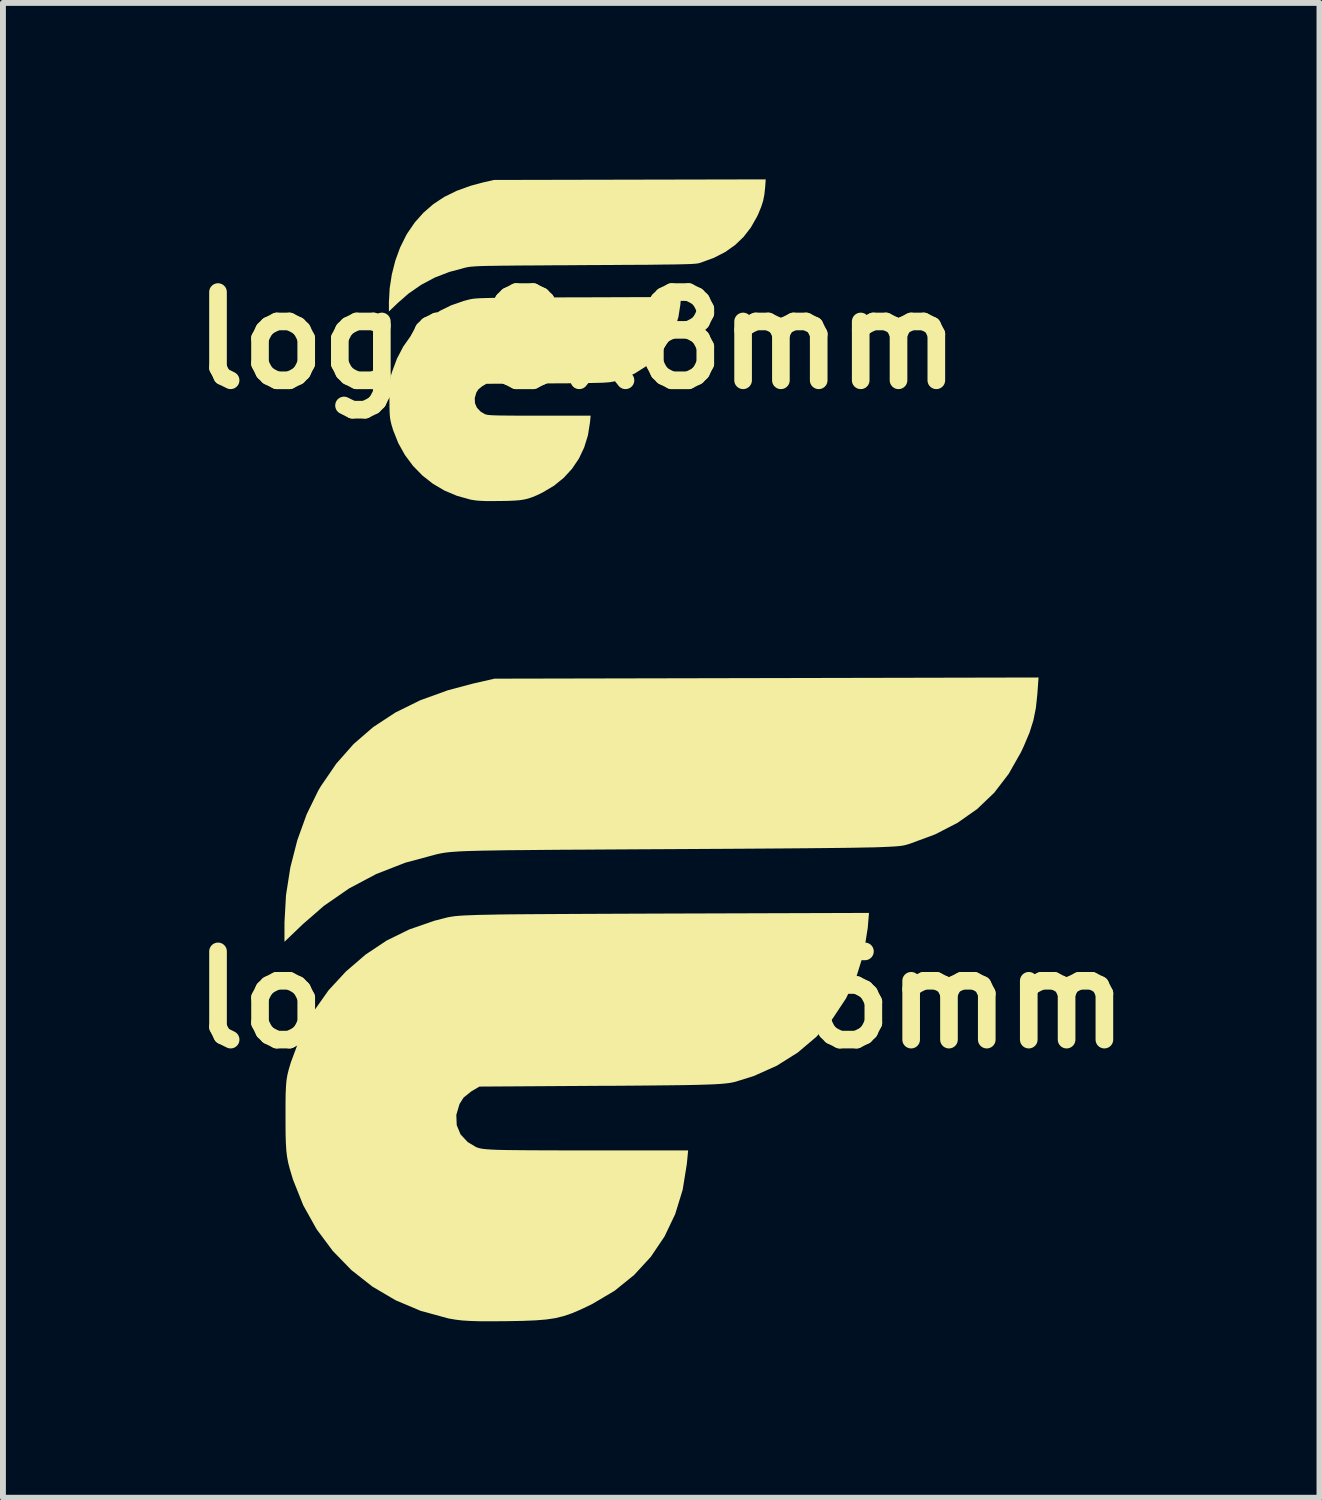
<source format=kicad_pcb>
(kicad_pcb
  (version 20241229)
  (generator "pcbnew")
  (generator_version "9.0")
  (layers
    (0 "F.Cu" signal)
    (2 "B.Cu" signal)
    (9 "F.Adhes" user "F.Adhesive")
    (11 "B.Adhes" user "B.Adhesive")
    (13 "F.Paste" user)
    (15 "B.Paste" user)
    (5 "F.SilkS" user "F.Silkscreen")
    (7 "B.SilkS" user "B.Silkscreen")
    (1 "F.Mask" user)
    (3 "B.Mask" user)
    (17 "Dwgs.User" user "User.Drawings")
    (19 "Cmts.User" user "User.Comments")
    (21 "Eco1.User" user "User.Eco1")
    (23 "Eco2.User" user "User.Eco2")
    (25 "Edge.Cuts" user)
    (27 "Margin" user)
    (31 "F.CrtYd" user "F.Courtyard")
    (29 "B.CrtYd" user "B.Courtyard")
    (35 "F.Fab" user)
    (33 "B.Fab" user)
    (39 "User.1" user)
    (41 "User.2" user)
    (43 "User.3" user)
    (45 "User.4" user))
  (footprint "logo8x8mm"
    (layer "F.Cu")
    (at 6.764 2.738)
    (property "Reference" "logo8x8mm" (at 0 0 0) (layer "F.SilkS") (effects (font (size 1.5 1.5) (thickness 0.3))))
    (attr board_only exclude_from_pos_files exclude_from_bom)
    (fp_poly (pts (xy 3.196 -2.597) (xy 3.183 -2.479) (xy 3.162 -2.372) (xy 3.128 -2.267) (xy 3.08 -2.151) (xy 3.057 -2.102) (xy 2.953 -1.919) (xy 2.829 -1.759) (xy 2.685 -1.621) (xy 2.518 -1.503) (xy 2.327 -1.405) (xy 2.11 -1.325) (xy 2.082 -1.316) (xy 2.066 -1.312) (xy 2.045 -1.308) (xy 2.018 -1.305) (xy 1.983 -1.302) (xy 1.938 -1.299) (xy 1.881 -1.297) (xy 1.811 -1.295) (xy 1.726 -1.293) (xy 1.624 -1.291) (xy 1.503 -1.29) (xy 1.362 -1.288) (xy 1.199 -1.286) (xy 1.011 -1.285) (xy 0.798 -1.284) (xy 0.558 -1.282) (xy 0.288 -1.281) (xy 0.12 -1.28) (xy -0.165 -1.278) (xy -0.419 -1.277) (xy -0.645 -1.275) (xy -0.845 -1.274) (xy -1.02 -1.273) (xy -1.173 -1.271) (xy -1.304 -1.27) (xy -1.417 -1.268) (xy -1.512 -1.267) (xy -1.592 -1.265) (xy -1.659 -1.263) (xy -1.713 -1.26) (xy -1.759 -1.257) (xy -1.796 -1.254) (xy -1.827 -1.251) (xy -1.854 -1.247) (xy -1.878 -1.242) (xy -1.902 -1.237) (xy -1.906 -1.236) (xy -2.174 -1.164) (xy -2.422 -1.068) (xy -2.651 -0.946) (xy -2.865 -0.798) (xy -3.044 -0.642) (xy -3.201 -0.492) (xy -3.201 -0.654) (xy -3.188 -0.888) (xy -3.151 -1.124) (xy -3.092 -1.356) (xy -3.012 -1.576) (xy -2.913 -1.777) (xy -2.891 -1.816) (xy -2.761 -2.006) (xy -2.613 -2.172) (xy -2.446 -2.317) (xy -2.258 -2.441) (xy -2.047 -2.544) (xy -1.812 -2.629) (xy -1.601 -2.686) (xy -1.416 -2.728) (xy 0.895 -2.733) (xy 3.206 -2.738)) (stroke (width 0) (type solid)) (fill yes) (layer "F.SilkS"))
    (fp_poly (pts (xy 1.755 -0.611) (xy 1.722 -0.399) (xy 1.66 -0.198) (xy 1.571 -0.011) (xy 1.457 0.16) (xy 1.319 0.314) (xy 1.16 0.448) (xy 0.982 0.561) (xy 0.786 0.649) (xy 0.632 0.697) (xy 0.607 0.702) (xy 0.579 0.707) (xy 0.545 0.712) (xy 0.502 0.715) (xy 0.449 0.719) (xy 0.383 0.721) (xy 0.3 0.723) (xy 0.199 0.725) (xy 0.078 0.727) (xy -0.068 0.729) (xy -0.239 0.73) (xy -0.439 0.731) (xy -0.512 0.732) (xy -1.544 0.738) (xy -1.614 0.779) (xy -1.679 0.832) (xy -1.714 0.886) (xy -1.741 0.979) (xy -1.738 1.066) (xy -1.705 1.144) (xy -1.644 1.209) (xy -1.576 1.25) (xy -1.561 1.257) (xy -1.542 1.262) (xy -1.518 1.267) (xy -1.486 1.27) (xy -1.443 1.273) (xy -1.387 1.275) (xy -1.314 1.277) (xy -1.222 1.278) (xy -1.108 1.279) (xy -0.971 1.28) (xy -0.806 1.28) (xy -0.642 1.28) (xy 0.229 1.28) (xy 0.218 1.395) (xy 0.183 1.615) (xy 0.119 1.821) (xy 0.029 2.011) (xy -0.088 2.184) (xy -0.23 2.338) (xy -0.395 2.472) (xy -0.584 2.584) (xy -0.6 2.592) (xy -0.685 2.633) (xy -0.759 2.664) (xy -0.828 2.688) (xy -0.898 2.705) (xy -0.976 2.717) (xy -1.067 2.724) (xy -1.178 2.729) (xy -1.314 2.731) (xy -1.32 2.731) (xy -1.446 2.732) (xy -1.545 2.732) (xy -1.625 2.729) (xy -1.69 2.725) (xy -1.748 2.718) (xy -1.803 2.709) (xy -1.817 2.706) (xy -2.044 2.643) (xy -2.257 2.553) (xy -2.454 2.437) (xy -2.632 2.297) (xy -2.791 2.134) (xy -2.928 1.95) (xy -3.041 1.748) (xy -3.129 1.527) (xy -3.157 1.435) (xy -3.169 1.384) (xy -3.179 1.336) (xy -3.185 1.283) (xy -3.189 1.22) (xy -3.191 1.14) (xy -3.192 1.037) (xy -3.192 0.992) (xy -3.192 0.883) (xy -3.191 0.799) (xy -3.188 0.735) (xy -3.183 0.683) (xy -3.176 0.638) (xy -3.165 0.594) (xy -3.15 0.543) (xy -3.148 0.536) (xy -3.064 0.31) (xy -2.957 0.105) (xy -2.826 -0.081) (xy -2.68 -0.239) (xy -2.511 -0.384) (xy -2.333 -0.503) (xy -2.141 -0.597) (xy -1.929 -0.671) (xy -1.825 -0.698) (xy -1.804 -0.702) (xy -1.78 -0.706) (xy -1.752 -0.71) (xy -1.717 -0.713) (xy -1.674 -0.716) (xy -1.62 -0.718) (xy -1.554 -0.72) (xy -1.474 -0.722) (xy -1.378 -0.724) (xy -1.264 -0.725) (xy -1.13 -0.727) (xy -0.975 -0.728) (xy -0.796 -0.729) (xy -0.592 -0.73) (xy -0.36 -0.731) (xy -0.099 -0.732) (xy 0.03 -0.732) (xy 1.765 -0.738)) (stroke (width 0) (type solid)) (fill yes) (layer "F.SilkS")))
  (footprint "logo16x16mm"
    (layer "F.Cu")
    (at 8.193 13.949)
    (property "Reference" "logo16x16mm" (at 0 0 0) (layer "F.SilkS") (effects (font (size 1.5 1.5) (thickness 0.3))))
    (attr board_only exclude_from_pos_files exclude_from_bom)
    (fp_poly (pts (xy 6.396 -5.198) (xy 6.371 -4.961) (xy 6.328 -4.748) (xy 6.261 -4.537) (xy 6.163 -4.306) (xy 6.117 -4.208) (xy 5.909 -3.841) (xy 5.663 -3.52) (xy 5.373 -3.243) (xy 5.039 -3.008) (xy 4.657 -2.811) (xy 4.224 -2.651) (xy 4.166 -2.634) (xy 4.134 -2.626) (xy 4.092 -2.618) (xy 4.038 -2.612) (xy 3.968 -2.606) (xy 3.878 -2.601) (xy 3.765 -2.596) (xy 3.625 -2.591) (xy 3.454 -2.588) (xy 3.25 -2.584) (xy 3.008 -2.581) (xy 2.726 -2.578) (xy 2.399 -2.575) (xy 2.024 -2.572) (xy 1.598 -2.569) (xy 1.116 -2.566) (xy 0.577 -2.563) (xy 0.24 -2.561) (xy -0.329 -2.558) (xy -0.839 -2.555) (xy -1.292 -2.552) (xy -1.691 -2.55) (xy -2.042 -2.547) (xy -2.347 -2.544) (xy -2.61 -2.542) (xy -2.835 -2.538) (xy -3.026 -2.535) (xy -3.186 -2.531) (xy -3.319 -2.527) (xy -3.429 -2.522) (xy -3.519 -2.516) (xy -3.594 -2.51) (xy -3.656 -2.503) (xy -3.71 -2.495) (xy -3.759 -2.486) (xy -3.807 -2.476) (xy -3.815 -2.474) (xy -4.351 -2.33) (xy -4.846 -2.137) (xy -5.306 -1.893) (xy -5.734 -1.597) (xy -6.093 -1.285) (xy -6.406 -0.985) (xy -6.406 -1.308) (xy -6.38 -1.777) (xy -6.306 -2.25) (xy -6.187 -2.714) (xy -6.028 -3.154) (xy -5.831 -3.557) (xy -5.785 -3.634) (xy -5.525 -4.014) (xy -5.23 -4.348) (xy -4.896 -4.637) (xy -4.519 -4.884) (xy -4.097 -5.092) (xy -3.627 -5.262) (xy -3.203 -5.375) (xy -2.835 -5.459) (xy 1.79 -5.469) (xy 6.416 -5.479)) (stroke (width 0) (type solid)) (fill yes) (layer "F.SilkS"))
    (fp_poly (pts (xy 3.512 -1.222) (xy 3.445 -0.798) (xy 3.321 -0.397) (xy 3.143 -0.023) (xy 2.915 0.321) (xy 2.64 0.629) (xy 2.322 0.898) (xy 1.966 1.122) (xy 1.573 1.298) (xy 1.265 1.394) (xy 1.215 1.406) (xy 1.158 1.416) (xy 1.09 1.424) (xy 1.005 1.432) (xy 0.899 1.438) (xy 0.766 1.443) (xy 0.601 1.448) (xy 0.399 1.452) (xy 0.155 1.455) (xy -0.135 1.458) (xy -0.478 1.461) (xy -0.878 1.464) (xy -1.025 1.464) (xy -3.091 1.477) (xy -3.23 1.559) (xy -3.361 1.665) (xy -3.429 1.773) (xy -3.484 1.959) (xy -3.477 2.133) (xy -3.412 2.29) (xy -3.29 2.42) (xy -3.155 2.502) (xy -3.124 2.515) (xy -3.087 2.526) (xy -3.039 2.535) (xy -2.975 2.542) (xy -2.888 2.548) (xy -2.775 2.553) (xy -2.629 2.556) (xy -2.445 2.558) (xy -2.218 2.56) (xy -1.942 2.561) (xy -1.613 2.562) (xy -1.285 2.562) (xy 0.458 2.562) (xy 0.436 2.791) (xy 0.365 3.232) (xy 0.238 3.645) (xy 0.057 4.025) (xy -0.176 4.371) (xy -0.46 4.68) (xy -0.791 4.948) (xy -1.169 5.172) (xy -1.201 5.188) (xy -1.371 5.269) (xy -1.519 5.332) (xy -1.657 5.379) (xy -1.798 5.414) (xy -1.953 5.437) (xy -2.135 5.452) (xy -2.357 5.461) (xy -2.63 5.466) (xy -2.642 5.466) (xy -2.894 5.468) (xy -3.093 5.467) (xy -3.252 5.462) (xy -3.383 5.454) (xy -3.498 5.44) (xy -3.609 5.421) (xy -3.635 5.415) (xy -4.091 5.29) (xy -4.517 5.11) (xy -4.911 4.878) (xy -5.268 4.597) (xy -5.585 4.271) (xy -5.859 3.903) (xy -6.086 3.497) (xy -6.262 3.056) (xy -6.317 2.872) (xy -6.343 2.771) (xy -6.361 2.674) (xy -6.374 2.568) (xy -6.382 2.442) (xy -6.387 2.282) (xy -6.388 2.074) (xy -6.388 1.986) (xy -6.388 1.767) (xy -6.386 1.599) (xy -6.38 1.47) (xy -6.371 1.367) (xy -6.356 1.278) (xy -6.334 1.189) (xy -6.304 1.087) (xy -6.3 1.073) (xy -6.132 0.62) (xy -5.918 0.21) (xy -5.656 -0.161) (xy -5.362 -0.479) (xy -5.025 -0.769) (xy -4.669 -1.006) (xy -4.284 -1.195) (xy -3.86 -1.342) (xy -3.651 -1.396) (xy -3.61 -1.405) (xy -3.562 -1.413) (xy -3.506 -1.421) (xy -3.436 -1.427) (xy -3.349 -1.433) (xy -3.242 -1.437) (xy -3.11 -1.442) (xy -2.95 -1.445) (xy -2.758 -1.449) (xy -2.53 -1.452) (xy -2.262 -1.454) (xy -1.951 -1.456) (xy -1.593 -1.458) (xy -1.184 -1.46) (xy -0.72 -1.462) (xy -0.197 -1.464) (xy 0.061 -1.465) (xy 3.533 -1.476)) (stroke (width 0) (type solid)) (fill yes) (layer "F.SilkS")))
  (gr_rect
    (start -3 -3)
    (end 19.386 22.417)
    (stroke (width 0.1) (type default))
    (fill no)
    (layer "Edge.Cuts")))
</source>
